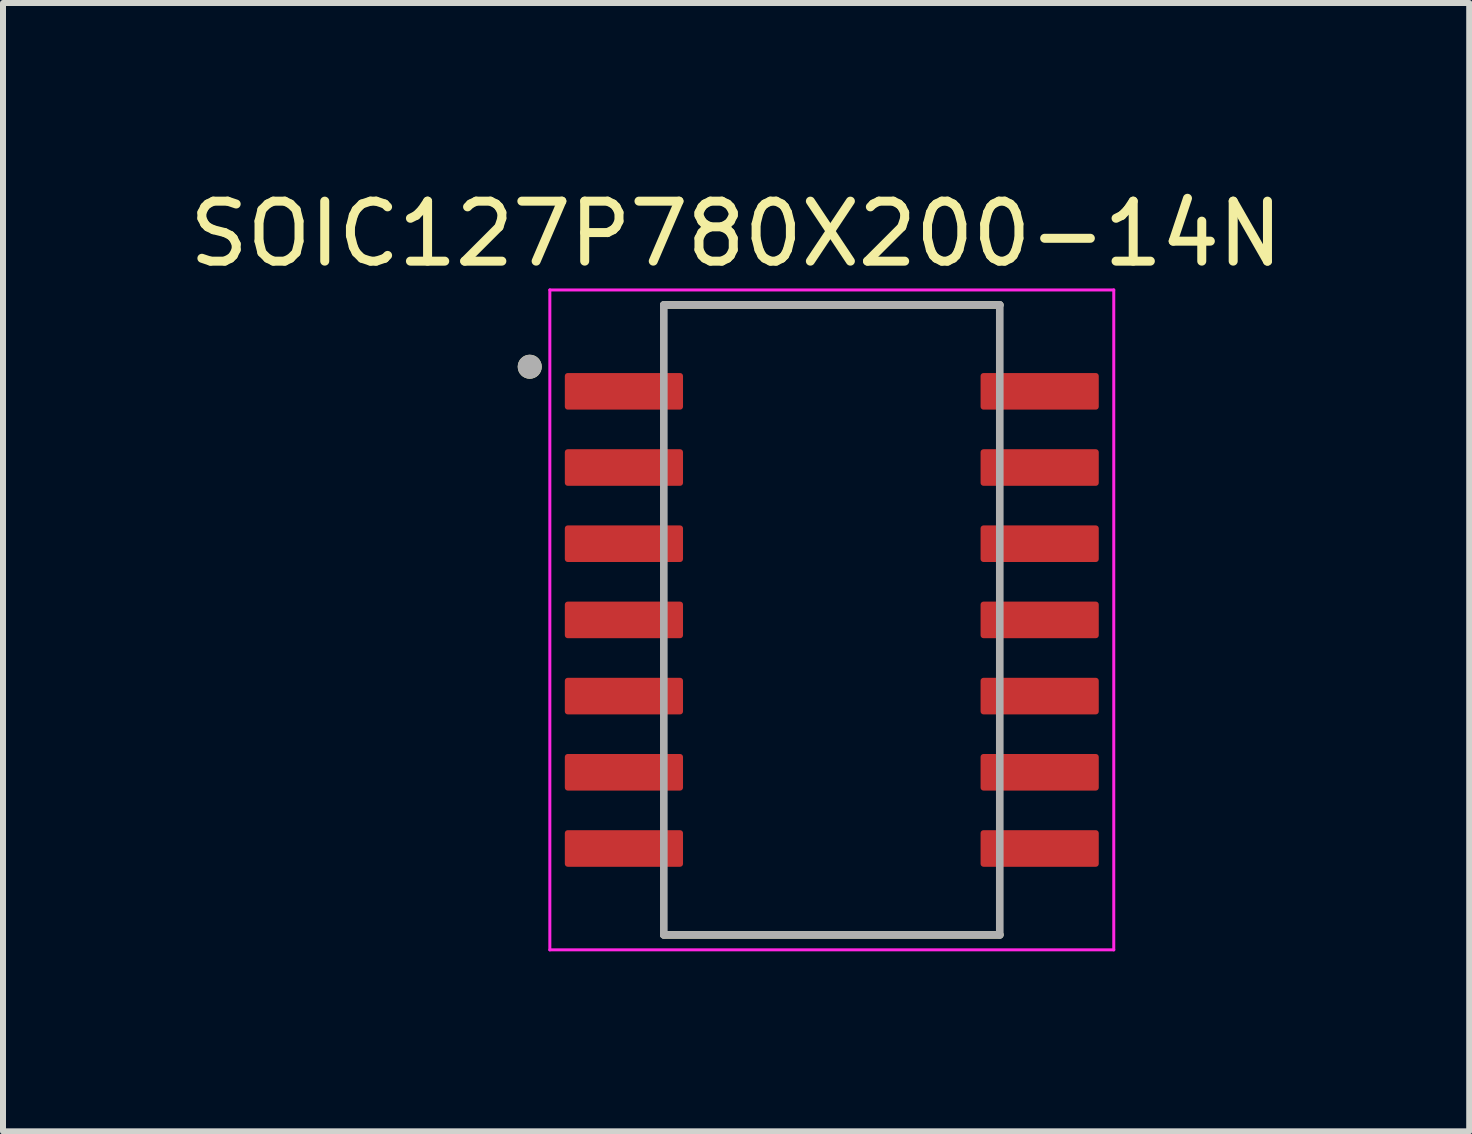
<source format=kicad_pcb>
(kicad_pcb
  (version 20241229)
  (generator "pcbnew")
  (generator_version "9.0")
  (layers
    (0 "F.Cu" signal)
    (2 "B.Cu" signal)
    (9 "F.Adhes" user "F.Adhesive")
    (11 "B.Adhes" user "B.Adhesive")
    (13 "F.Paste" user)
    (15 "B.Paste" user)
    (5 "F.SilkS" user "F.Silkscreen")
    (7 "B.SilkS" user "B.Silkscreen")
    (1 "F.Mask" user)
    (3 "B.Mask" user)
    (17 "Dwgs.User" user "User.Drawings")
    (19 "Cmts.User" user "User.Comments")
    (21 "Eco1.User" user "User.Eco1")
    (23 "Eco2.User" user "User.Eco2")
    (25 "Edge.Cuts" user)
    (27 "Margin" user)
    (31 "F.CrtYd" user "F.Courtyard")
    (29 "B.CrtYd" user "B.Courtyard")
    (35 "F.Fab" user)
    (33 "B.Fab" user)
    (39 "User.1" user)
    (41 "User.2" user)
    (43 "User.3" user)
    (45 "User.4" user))
  (footprint "SOIC127P780X200-14N"
    (layer "F.Cu")
    (at 10.815 7.283)
    (property "Reference" "SOIC127P780X200-14N" (at -1.595 -6.435 0) (layer "F.SilkS") (effects (font (size 1 1) (thickness 0.15))))
    (attr through_hole)
    (fp_line (start -2.8 -5.25) (end 2.8 -5.25) (stroke (width 0.127) (type solid)) (layer "F.SilkS"))
    (fp_line (start -2.8 5.25) (end 2.8 5.25) (stroke (width 0.127) (type solid)) (layer "F.SilkS"))
    (fp_circle (center -5.035 -4.22) (end -4.935 -4.22) (stroke (width 0.2) (type solid)) (fill no) (layer "F.SilkS"))
    (fp_line (start -4.7 -5.5) (end -4.7 5.5) (stroke (width 0.05) (type solid)) (layer "F.CrtYd"))
    (fp_line (start -4.7 -5.5) (end 4.7 -5.5) (stroke (width 0.05) (type solid)) (layer "F.CrtYd"))
    (fp_line (start -4.7 5.5) (end 4.7 5.5) (stroke (width 0.05) (type solid)) (layer "F.CrtYd"))
    (fp_line (start 4.7 -5.5) (end 4.7 5.5) (stroke (width 0.05) (type solid)) (layer "F.CrtYd"))
    (fp_line (start -2.8 -5.25) (end -2.8 5.25) (stroke (width 0.127) (type solid)) (layer "F.Fab"))
    (fp_line (start -2.8 -5.25) (end 2.8 -5.25) (stroke (width 0.127) (type solid)) (layer "F.Fab"))
    (fp_line (start -2.8 5.25) (end 2.8 5.25) (stroke (width 0.127) (type solid)) (layer "F.Fab"))
    (fp_line (start 2.8 -5.25) (end 2.8 5.25) (stroke (width 0.127) (type solid)) (layer "F.Fab"))
    (fp_circle (center -5.035 -4.22) (end -4.935 -4.22) (stroke (width 0.2) (type solid)) (fill no) (layer "F.Fab"))
    (pad "1" smd roundrect (at -3.465 -3.81) (size 1.97 0.61) (layers "F.Cu" "F.Mask" "F.Paste") (roundrect_rratio 0.08))
    (pad "2" smd roundrect (at -3.465 -2.54) (size 1.97 0.61) (layers "F.Cu" "F.Mask" "F.Paste") (roundrect_rratio 0.08))
    (pad "3" smd roundrect (at -3.465 -1.27) (size 1.97 0.61) (layers "F.Cu" "F.Mask" "F.Paste") (roundrect_rratio 0.08))
    (pad "4" smd roundrect (at -3.465 0) (size 1.97 0.61) (layers "F.Cu" "F.Mask" "F.Paste") (roundrect_rratio 0.08))
    (pad "5" smd roundrect (at -3.465 1.27) (size 1.97 0.61) (layers "F.Cu" "F.Mask" "F.Paste") (roundrect_rratio 0.08))
    (pad "6" smd roundrect (at -3.465 2.54) (size 1.97 0.61) (layers "F.Cu" "F.Mask" "F.Paste") (roundrect_rratio 0.08))
    (pad "7" smd roundrect (at -3.465 3.81) (size 1.97 0.61) (layers "F.Cu" "F.Mask" "F.Paste") (roundrect_rratio 0.08))
    (pad "8" smd roundrect (at 3.465 3.81) (size 1.97 0.61) (layers "F.Cu" "F.Mask" "F.Paste") (roundrect_rratio 0.08))
    (pad "9" smd roundrect (at 3.465 2.54) (size 1.97 0.61) (layers "F.Cu" "F.Mask" "F.Paste") (roundrect_rratio 0.08))
    (pad "10" smd roundrect (at 3.465 1.27) (size 1.97 0.61) (layers "F.Cu" "F.Mask" "F.Paste") (roundrect_rratio 0.08))
    (pad "11" smd roundrect (at 3.465 0) (size 1.97 0.61) (layers "F.Cu" "F.Mask" "F.Paste") (roundrect_rratio 0.08))
    (pad "12" smd roundrect (at 3.465 -1.27) (size 1.97 0.61) (layers "F.Cu" "F.Mask" "F.Paste") (roundrect_rratio 0.08))
    (pad "13" smd roundrect (at 3.465 -2.54) (size 1.97 0.61) (layers "F.Cu" "F.Mask" "F.Paste") (roundrect_rratio 0.08))
    (pad "14" smd roundrect (at 3.465 -3.81) (size 1.97 0.61) (layers "F.Cu" "F.Mask" "F.Paste") (roundrect_rratio 0.08)))
  (gr_rect
    (start -3 -3)
    (end 21.44 15.808)
    (stroke (width 0.1) (type default))
    (fill no)
    (layer "Edge.Cuts")))
</source>
